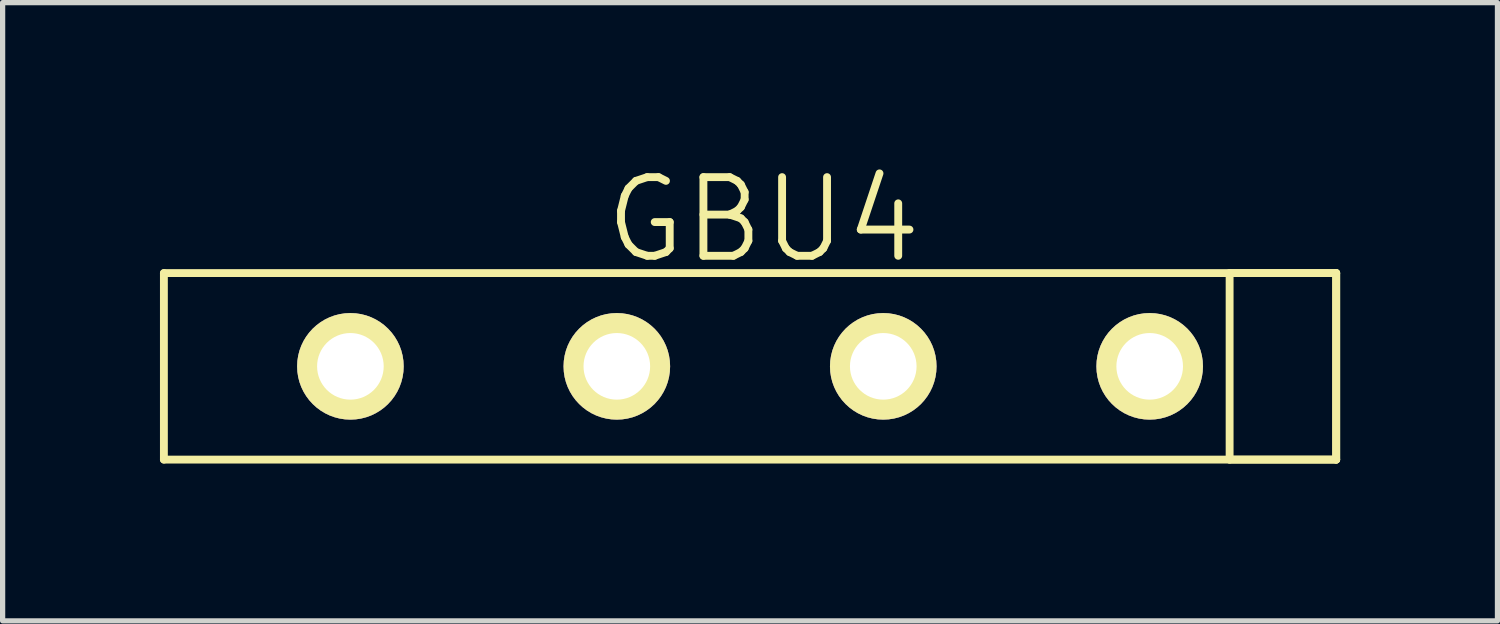
<source format=kicad_pcb>
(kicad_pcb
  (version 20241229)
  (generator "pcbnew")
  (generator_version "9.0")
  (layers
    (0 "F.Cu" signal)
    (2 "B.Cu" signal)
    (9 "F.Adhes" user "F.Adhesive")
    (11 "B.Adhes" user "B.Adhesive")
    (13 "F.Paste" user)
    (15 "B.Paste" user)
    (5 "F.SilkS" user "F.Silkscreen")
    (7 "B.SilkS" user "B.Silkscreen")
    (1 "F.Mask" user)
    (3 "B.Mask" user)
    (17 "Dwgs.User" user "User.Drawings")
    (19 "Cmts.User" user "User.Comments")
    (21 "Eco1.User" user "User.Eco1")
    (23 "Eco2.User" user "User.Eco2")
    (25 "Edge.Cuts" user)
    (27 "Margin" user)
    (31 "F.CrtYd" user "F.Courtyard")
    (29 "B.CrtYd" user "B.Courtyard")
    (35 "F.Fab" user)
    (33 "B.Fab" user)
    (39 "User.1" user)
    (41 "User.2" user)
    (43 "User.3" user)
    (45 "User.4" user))
  (footprint "GBU4"
    (layer "F.Cu")
    (at 11.251 3.935)
    (property "Reference" "GBU4" (at 0.254 -2.794 0) (layer "F.SilkS") (effects (font (size 1.5 1.5) (thickness 0.15))))
    (attr through_hole)
    (fp_line (start -11.176 -1.778) (end -11.176 1.778) (stroke (width 0.15) (type solid)) (layer "F.SilkS"))
    (fp_line (start -11.176 1.778) (end 11.176 1.778) (stroke (width 0.15) (type solid)) (layer "F.SilkS"))
    (fp_line (start 9.144 -1.778) (end 9.144 1.778) (stroke (width 0.15) (type solid)) (layer "F.SilkS"))
    (fp_line (start 9.144 1.778) (end 11.176 1.778) (stroke (width 0.15) (type solid)) (layer "F.SilkS"))
    (fp_line (start 11.176 -1.778) (end -11.176 -1.778) (stroke (width 0.15) (type solid)) (layer "F.SilkS"))
    (fp_line (start 11.176 -1.778) (end 9.144 -1.778) (stroke (width 0.15) (type solid)) (layer "F.SilkS"))
    (fp_line (start 11.176 1.778) (end 11.176 -1.778) (stroke (width 0.15) (type solid)) (layer "F.SilkS"))
    (fp_line (start 11.176 1.778) (end 11.176 -1.778) (stroke (width 0.15) (type solid)) (layer "F.SilkS"))
    (pad "1" thru_hole circle (at -2.54 0) (size 2.032 2.032) (drill 1.27) (layers "*.Cu" "*.Mask" "F.SilkS"))
    (pad "2" thru_hole circle (at 2.54 0) (size 2.032 2.032) (drill 1.27) (layers "*.Cu" "*.Mask" "F.SilkS"))
    (pad "3" thru_hole circle (at 7.62 0) (size 2.032 2.032) (drill 1.27) (layers "*.Cu" "*.Mask" "F.SilkS"))
    (pad "4" thru_hole circle (at -7.62 0) (size 2.032 2.032) (drill 1.27) (layers "*.Cu" "*.Mask" "F.SilkS")))
  (gr_rect
    (start -3 -3)
    (end 25.502 8.788)
    (stroke (width 0.1) (type default))
    (fill no)
    (layer "Edge.Cuts")))
</source>
